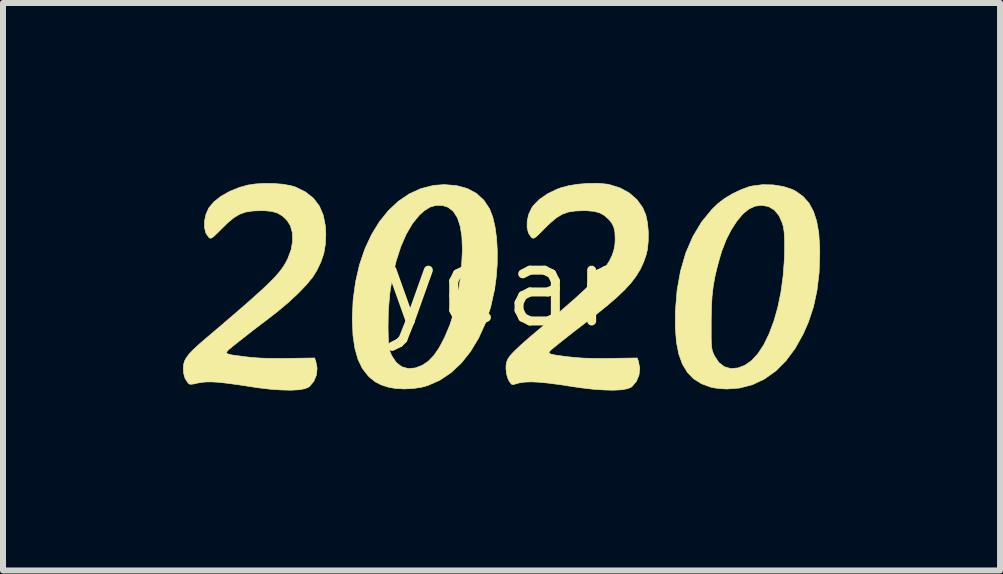
<source format=kicad_pcb>
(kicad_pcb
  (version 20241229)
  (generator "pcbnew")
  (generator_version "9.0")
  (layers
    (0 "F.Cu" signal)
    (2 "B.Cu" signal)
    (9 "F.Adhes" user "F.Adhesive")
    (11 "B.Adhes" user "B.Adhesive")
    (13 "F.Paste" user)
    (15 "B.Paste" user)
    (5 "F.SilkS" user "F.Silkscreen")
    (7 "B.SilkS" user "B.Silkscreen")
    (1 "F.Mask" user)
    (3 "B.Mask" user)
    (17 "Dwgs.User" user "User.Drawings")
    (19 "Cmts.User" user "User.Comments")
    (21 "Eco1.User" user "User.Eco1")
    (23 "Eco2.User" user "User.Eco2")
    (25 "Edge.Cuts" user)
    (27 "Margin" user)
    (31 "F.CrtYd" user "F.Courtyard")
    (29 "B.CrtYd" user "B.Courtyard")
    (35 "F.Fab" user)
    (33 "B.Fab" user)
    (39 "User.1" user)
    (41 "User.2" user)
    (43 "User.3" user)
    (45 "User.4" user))
  (footprint "year"
    (layer "F.Cu")
    (at 5.297 1.719)
    (property "Reference" "year" (at 0 0 0) (layer "F.SilkS") (effects (font (size 1.27 1.27) (thickness 0.15))))
    (attr through_hole)
    (fp_poly (pts (xy -0.738 -1.676) (xy -0.559 -1.627) (xy -0.408 -1.546) (xy -0.285 -1.433) (xy -0.189 -1.289) (xy -0.137 -1.155) (xy -0.098 -0.988) (xy -0.072 -0.796) (xy -0.06 -0.585) (xy -0.062 -0.362) (xy -0.08 -0.136) (xy -0.106 0.053) (xy -0.171 0.348) (xy -0.261 0.621) (xy -0.374 0.869) (xy -0.509 1.091) (xy -0.662 1.283) (xy -0.833 1.442) (xy -1.019 1.567) (xy -1.219 1.655) (xy -1.315 1.682) (xy -1.455 1.704) (xy -1.61 1.712) (xy -1.759 1.703) (xy -1.879 1.682) (xy -1.997 1.643) (xy -2.091 1.595) (xy -2.177 1.527) (xy -2.211 1.495) (xy -2.307 1.373) (xy -2.381 1.221) (xy -2.433 1.037) (xy -2.465 0.82) (xy -2.47 0.7) (xy -1.881 0.7) (xy -1.88 0.72) (xy -1.877 0.846) (xy -1.873 0.94) (xy -1.867 1.008) (xy -1.857 1.06) (xy -1.843 1.105) (xy -1.822 1.151) (xy -1.814 1.168) (xy -1.743 1.273) (xy -1.654 1.342) (xy -1.548 1.372) (xy -1.43 1.363) (xy -1.315 1.32) (xy -1.213 1.253) (xy -1.117 1.154) (xy -1.026 1.021) (xy -0.94 0.857) (xy -0.851 0.647) (xy -0.779 0.422) (xy -0.723 0.176) (xy -0.681 -0.098) (xy -0.655 -0.35) (xy -0.642 -0.603) (xy -0.65 -0.819) (xy -0.678 -0.999) (xy -0.725 -1.141) (xy -0.793 -1.247) (xy -0.88 -1.315) (xy -0.966 -1.343) (xy -1.076 -1.347) (xy -1.178 -1.32) (xy -1.279 -1.257) (xy -1.356 -1.188) (xy -1.473 -1.045) (xy -1.578 -0.867) (xy -1.669 -0.657) (xy -1.746 -0.42) (xy -1.807 -0.161) (xy -1.851 0.115) (xy -1.876 0.404) (xy -1.881 0.7) (xy -2.47 0.7) (xy -2.476 0.567) (xy -2.477 0.548) (xy -2.463 0.23) (xy -2.422 -0.072) (xy -2.357 -0.355) (xy -2.268 -0.618) (xy -2.157 -0.858) (xy -2.026 -1.072) (xy -1.877 -1.258) (xy -1.71 -1.414) (xy -1.528 -1.538) (xy -1.332 -1.627) (xy -1.123 -1.68) (xy -0.943 -1.693) (xy -0.738 -1.676)) (stroke (width 0.01) (type solid)) (fill yes) (layer "F.SilkS"))
    (fp_poly (pts (xy 4.538 -1.688) (xy 4.707 -1.661) (xy 4.856 -1.612) (xy 4.916 -1.581) (xy 5.036 -1.494) (xy 5.133 -1.384) (xy 5.207 -1.248) (xy 5.261 -1.084) (xy 5.296 -0.888) (xy 5.311 -0.658) (xy 5.313 -0.552) (xy 5.302 -0.227) (xy 5.267 0.068) (xy 5.209 0.341) (xy 5.124 0.598) (xy 5.038 0.794) (xy 4.903 1.036) (xy 4.749 1.243) (xy 4.579 1.413) (xy 4.392 1.546) (xy 4.191 1.641) (xy 3.976 1.697) (xy 3.768 1.713) (xy 3.669 1.708) (xy 3.568 1.696) (xy 3.493 1.681) (xy 3.34 1.624) (xy 3.211 1.543) (xy 3.107 1.435) (xy 3.025 1.299) (xy 2.964 1.132) (xy 2.925 0.933) (xy 2.911 0.751) (xy 3.504 0.751) (xy 3.504 0.864) (xy 3.506 0.947) (xy 3.511 1.009) (xy 3.518 1.055) (xy 3.529 1.093) (xy 3.544 1.13) (xy 3.562 1.168) (xy 3.633 1.273) (xy 3.723 1.342) (xy 3.828 1.372) (xy 3.946 1.363) (xy 4.062 1.32) (xy 4.176 1.241) (xy 4.283 1.124) (xy 4.382 0.973) (xy 4.47 0.791) (xy 4.548 0.583) (xy 4.614 0.351) (xy 4.666 0.1) (xy 4.702 -0.166) (xy 4.723 -0.444) (xy 4.727 -0.593) (xy 4.727 -0.733) (xy 4.724 -0.84) (xy 4.717 -0.923) (xy 4.706 -0.991) (xy 4.691 -1.047) (xy 4.635 -1.174) (xy 4.558 -1.268) (xy 4.46 -1.327) (xy 4.347 -1.348) (xy 4.232 -1.333) (xy 4.132 -1.286) (xy 4.031 -1.203) (xy 3.932 -1.086) (xy 3.839 -0.942) (xy 3.754 -0.776) (xy 3.682 -0.591) (xy 3.653 -0.497) (xy 3.602 -0.312) (xy 3.563 -0.146) (xy 3.536 0.012) (xy 3.518 0.173) (xy 3.508 0.349) (xy 3.504 0.553) (xy 3.504 0.603) (xy 3.504 0.751) (xy 2.911 0.751) (xy 2.906 0.699) (xy 2.907 0.429) (xy 2.907 0.423) (xy 2.935 0.073) (xy 2.993 -0.253) (xy 3.08 -0.553) (xy 3.197 -0.824) (xy 3.342 -1.067) (xy 3.515 -1.279) (xy 3.614 -1.375) (xy 3.723 -1.459) (xy 3.855 -1.538) (xy 3.995 -1.606) (xy 4.129 -1.656) (xy 4.187 -1.67) (xy 4.36 -1.692) (xy 4.538 -1.688)) (stroke (width 0.01) (type solid)) (fill yes) (layer "F.SilkS"))
    (fp_poly (pts (xy -3.784 -1.711) (xy -3.635 -1.699) (xy -3.504 -1.676) (xy -3.423 -1.652) (xy -3.256 -1.57) (xy -3.124 -1.465) (xy -3.025 -1.335) (xy -2.959 -1.179) (xy -2.924 -0.995) (xy -2.918 -0.864) (xy -2.926 -0.695) (xy -2.951 -0.548) (xy -2.999 -0.406) (xy -3.066 -0.265) (xy -3.138 -0.15) (xy -3.245 -0.02) (xy -3.382 0.122) (xy -3.546 0.274) (xy -3.733 0.43) (xy -3.873 0.539) (xy -3.993 0.63) (xy -4.12 0.727) (xy -4.243 0.823) (xy -4.35 0.907) (xy -4.397 0.944) (xy -4.482 1.012) (xy -4.541 1.061) (xy -4.57 1.095) (xy -4.569 1.118) (xy -4.533 1.135) (xy -4.463 1.149) (xy -4.354 1.163) (xy -4.265 1.175) (xy -4.136 1.189) (xy -3.994 1.199) (xy -3.832 1.203) (xy -3.64 1.204) (xy -3.558 1.203) (xy -3.106 1.196) (xy -3.086 1.249) (xy -3.063 1.365) (xy -3.075 1.482) (xy -3.12 1.588) (xy -3.193 1.673) (xy -3.203 1.681) (xy -3.267 1.708) (xy -3.368 1.726) (xy -3.501 1.733) (xy -3.661 1.729) (xy -3.846 1.716) (xy -4.05 1.692) (xy -4.18 1.672) (xy -4.385 1.641) (xy -4.554 1.618) (xy -4.692 1.602) (xy -4.806 1.595) (xy -4.9 1.595) (xy -4.98 1.601) (xy -5.053 1.614) (xy -5.053 1.614) (xy -5.126 1.63) (xy -5.17 1.635) (xy -5.196 1.627) (xy -5.214 1.611) (xy -5.262 1.539) (xy -5.286 1.456) (xy -5.292 1.37) (xy -5.288 1.308) (xy -5.273 1.25) (xy -5.243 1.193) (xy -5.195 1.13) (xy -5.126 1.057) (xy -5.03 0.968) (xy -4.904 0.859) (xy -4.896 0.853) (xy -4.665 0.657) (xy -4.465 0.485) (xy -4.291 0.335) (xy -4.144 0.206) (xy -4.019 0.093) (xy -3.914 -0.004) (xy -3.828 -0.088) (xy -3.757 -0.162) (xy -3.699 -0.228) (xy -3.652 -0.289) (xy -3.613 -0.346) (xy -3.58 -0.403) (xy -3.551 -0.461) (xy -3.549 -0.466) (xy -3.495 -0.61) (xy -3.471 -0.754) (xy -3.475 -0.889) (xy -3.507 -1.007) (xy -3.56 -1.092) (xy -3.637 -1.167) (xy -3.718 -1.217) (xy -3.814 -1.246) (xy -3.935 -1.258) (xy -4 -1.259) (xy -4.14 -1.253) (xy -4.255 -1.235) (xy -4.355 -1.199) (xy -4.451 -1.141) (xy -4.553 -1.056) (xy -4.642 -0.969) (xy -4.72 -0.891) (xy -4.774 -0.839) (xy -4.81 -0.81) (xy -4.834 -0.799) (xy -4.853 -0.803) (xy -4.87 -0.816) (xy -4.916 -0.884) (xy -4.939 -0.977) (xy -4.939 -1.084) (xy -4.916 -1.194) (xy -4.871 -1.297) (xy -4.867 -1.304) (xy -4.784 -1.404) (xy -4.667 -1.497) (xy -4.522 -1.579) (xy -4.358 -1.646) (xy -4.218 -1.685) (xy -4.088 -1.704) (xy -3.939 -1.713) (xy -3.784 -1.711)) (stroke (width 0.01) (type solid)) (fill yes) (layer "F.SilkS"))
    (fp_poly (pts (xy 1.759 -1.702) (xy 1.805 -1.694) (xy 1.982 -1.639) (xy 2.137 -1.555) (xy 2.265 -1.444) (xy 2.361 -1.311) (xy 2.414 -1.189) (xy 2.442 -1.058) (xy 2.456 -0.906) (xy 2.455 -0.75) (xy 2.44 -0.607) (xy 2.422 -0.529) (xy 2.378 -0.402) (xy 2.323 -0.283) (xy 2.253 -0.168) (xy 2.166 -0.053) (xy 2.056 0.066) (xy 1.922 0.193) (xy 1.76 0.332) (xy 1.566 0.487) (xy 1.484 0.55) (xy 1.364 0.643) (xy 1.24 0.738) (xy 1.124 0.829) (xy 1.023 0.909) (xy 0.951 0.966) (xy 0.877 1.026) (xy 0.826 1.069) (xy 0.802 1.099) (xy 0.807 1.12) (xy 0.844 1.135) (xy 0.915 1.149) (xy 1.024 1.164) (xy 1.111 1.175) (xy 1.241 1.189) (xy 1.382 1.199) (xy 1.544 1.203) (xy 1.736 1.204) (xy 1.818 1.203) (xy 2.271 1.196) (xy 2.29 1.249) (xy 2.313 1.365) (xy 2.301 1.482) (xy 2.256 1.588) (xy 2.183 1.673) (xy 2.173 1.681) (xy 2.109 1.708) (xy 2.009 1.726) (xy 1.876 1.733) (xy 1.715 1.729) (xy 1.53 1.716) (xy 1.327 1.692) (xy 1.196 1.673) (xy 0.974 1.639) (xy 0.789 1.615) (xy 0.635 1.6) (xy 0.508 1.594) (xy 0.402 1.598) (xy 0.312 1.61) (xy 0.234 1.631) (xy 0.211 1.64) (xy 0.177 1.633) (xy 0.143 1.593) (xy 0.113 1.53) (xy 0.092 1.454) (xy 0.085 1.377) (xy 0.085 1.331) (xy 0.089 1.29) (xy 0.1 1.25) (xy 0.118 1.21) (xy 0.149 1.165) (xy 0.194 1.113) (xy 0.256 1.051) (xy 0.337 0.976) (xy 0.441 0.884) (xy 0.571 0.773) (xy 0.729 0.64) (xy 0.836 0.549) (xy 1.059 0.359) (xy 1.251 0.191) (xy 1.413 0.042) (xy 1.547 -0.091) (xy 1.655 -0.21) (xy 1.741 -0.318) (xy 1.806 -0.418) (xy 1.853 -0.513) (xy 1.883 -0.606) (xy 1.9 -0.699) (xy 1.904 -0.787) (xy 1.899 -0.904) (xy 1.879 -0.991) (xy 1.84 -1.063) (xy 1.803 -1.108) (xy 1.727 -1.177) (xy 1.645 -1.222) (xy 1.548 -1.248) (xy 1.424 -1.258) (xy 1.376 -1.259) (xy 1.236 -1.253) (xy 1.121 -1.235) (xy 1.021 -1.199) (xy 0.925 -1.141) (xy 0.824 -1.056) (xy 0.734 -0.969) (xy 0.657 -0.891) (xy 0.603 -0.839) (xy 0.567 -0.81) (xy 0.542 -0.799) (xy 0.524 -0.803) (xy 0.506 -0.816) (xy 0.459 -0.886) (xy 0.436 -0.98) (xy 0.438 -1.087) (xy 0.463 -1.198) (xy 0.512 -1.302) (xy 0.537 -1.339) (xy 0.638 -1.444) (xy 0.774 -1.538) (xy 0.936 -1.617) (xy 1.005 -1.642) (xy 1.135 -1.676) (xy 1.29 -1.7) (xy 1.456 -1.713) (xy 1.617 -1.714) (xy 1.759 -1.702)) (stroke (width 0.01) (type solid)) (fill yes) (layer "F.SilkS")))
  (gr_rect
    (start -3 -3)
    (end 13.614 6.456)
    (stroke (width 0.1) (type default))
    (fill no)
    (layer "Edge.Cuts")))
</source>
